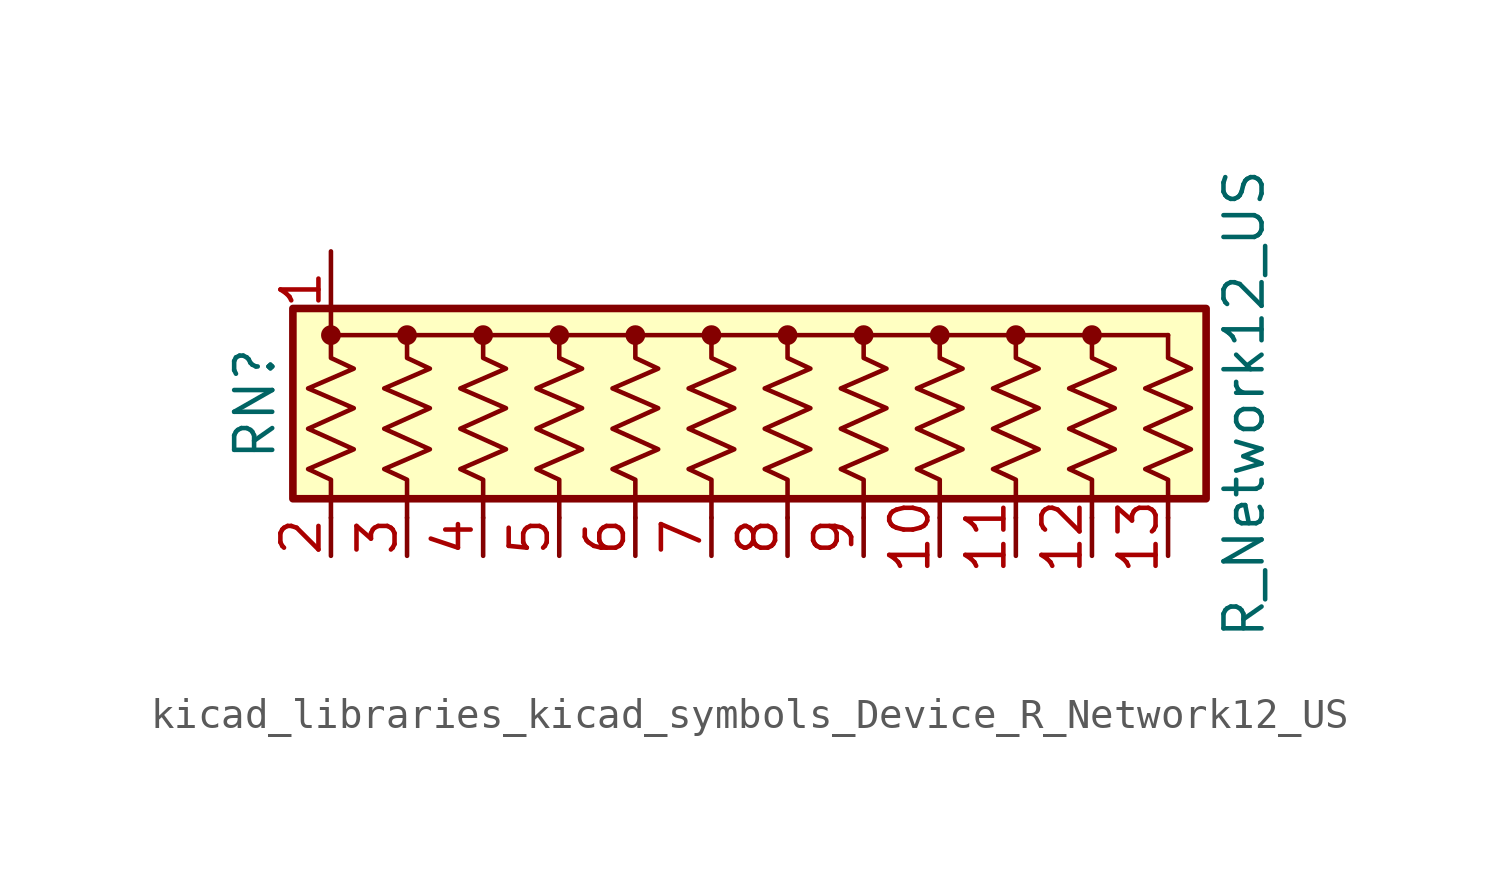
<source format=kicad_sym>
(kicad_symbol_lib
  (version 20220914)
  (generator kicad_symbol_editor)
  (symbol "kicad_libraries_kicad_symbols_Device_R_Network12_US"
    (pin_names
      (offset 0) hide)
    (property "Reference" "RN"
      (at -17.78 0 90)
      (effects (font (size 1.27 1.27))))
    (property "Value" "R_Network12_US"
      (at 15.24 0 90)
      (effects (font (size 1.27 1.27))))
    (symbol "kicad_libraries_kicad_symbols_Device_R_Network12_US_0_1"
      (rectangle (start -16.51 -3.175) (end 13.97 3.175) (stroke (width 0.254) (type default)) (fill (type background)))
      (circle (center -15.24 2.286) (radius 0.254) (stroke (width 0) (type default)) (fill (type outline)))
      (circle (center -12.7 2.286) (radius 0.254) (stroke (width 0) (type default)) (fill (type outline)))
      (circle (center -10.16 2.286) (radius 0.254) (stroke (width 0) (type default)) (fill (type outline)))
      (circle (center -7.62 2.286) (radius 0.254) (stroke (width 0) (type default)) (fill (type outline)))
      (circle (center -5.08 2.286) (radius 0.254) (stroke (width 0) (type default)) (fill (type outline)))
      (circle (center -2.54 2.286) (radius 0.254) (stroke (width 0) (type default)) (fill (type outline)))
      (polyline (pts (xy -15.24 2.286) (xy 12.7 2.286)) (stroke (width 0) (type default)) (fill (type none)))
      (polyline (pts (xy -15.24 2.286) (xy -15.24 1.524) (xy -14.478 1.168) (xy -16.002 0.508) (xy -14.478 -0.152) (xy -16.002 -0.838) (xy -14.478 -1.524) (xy -16.002 -2.184) (xy -15.24 -2.54) (xy -15.24 -3.81)) (stroke (width 0) (type default)) (fill (type none)))
      (polyline (pts (xy -12.7 2.286) (xy -12.7 1.524) (xy -11.938 1.168) (xy -13.462 0.508) (xy -11.938 -0.152) (xy -13.462 -0.838) (xy -11.938 -1.524) (xy -13.462 -2.184) (xy -12.7 -2.54) (xy -12.7 -3.81)) (stroke (width 0) (type default)) (fill (type none)))
      (polyline (pts (xy -10.16 2.286) (xy -10.16 1.524) (xy -9.398 1.168) (xy -10.922 0.508) (xy -9.398 -0.152) (xy -10.922 -0.838) (xy -9.398 -1.524) (xy -10.922 -2.184) (xy -10.16 -2.54) (xy -10.16 -3.81)) (stroke (width 0) (type default)) (fill (type none)))
      (polyline (pts (xy -7.62 2.286) (xy -7.62 1.524) (xy -6.858 1.168) (xy -8.382 0.508) (xy -6.858 -0.152) (xy -8.382 -0.838) (xy -6.858 -1.524) (xy -8.382 -2.184) (xy -7.62 -2.54) (xy -7.62 -3.81)) (stroke (width 0) (type default)) (fill (type none)))
      (polyline (pts (xy -5.08 2.286) (xy -5.08 1.524) (xy -4.318 1.168) (xy -5.842 0.508) (xy -4.318 -0.152) (xy -5.842 -0.838) (xy -4.318 -1.524) (xy -5.842 -2.184) (xy -5.08 -2.54) (xy -5.08 -3.81)) (stroke (width 0) (type default)) (fill (type none)))
      (polyline (pts (xy -2.54 2.286) (xy -2.54 1.524) (xy -1.778 1.168) (xy -3.302 0.508) (xy -1.778 -0.152) (xy -3.302 -0.838) (xy -1.778 -1.524) (xy -3.302 -2.184) (xy -2.54 -2.54) (xy -2.54 -3.81)) (stroke (width 0) (type default)) (fill (type none)))
      (polyline (pts (xy 0 2.286) (xy 0 1.524) (xy 0.762 1.168) (xy -0.762 0.508) (xy 0.762 -0.152) (xy -0.762 -0.838) (xy 0.762 -1.524) (xy -0.762 -2.184) (xy 0 -2.54) (xy 0 -3.81)) (stroke (width 0) (type default)) (fill (type none)))
      (polyline (pts (xy 2.54 2.286) (xy 2.54 1.524) (xy 3.302 1.168) (xy 1.778 0.508) (xy 3.302 -0.152) (xy 1.778 -0.838) (xy 3.302 -1.524) (xy 1.778 -2.184) (xy 2.54 -2.54) (xy 2.54 -3.81)) (stroke (width 0) (type default)) (fill (type none)))
      (polyline (pts (xy 5.08 2.286) (xy 5.08 1.524) (xy 5.842 1.168) (xy 4.318 0.508) (xy 5.842 -0.152) (xy 4.318 -0.838) (xy 5.842 -1.524) (xy 4.318 -2.184) (xy 5.08 -2.54) (xy 5.08 -3.81)) (stroke (width 0) (type default)) (fill (type none)))
      (polyline (pts (xy 7.62 2.286) (xy 7.62 1.524) (xy 8.382 1.168) (xy 6.858 0.508) (xy 8.382 -0.152) (xy 6.858 -0.838) (xy 8.382 -1.524) (xy 6.858 -2.184) (xy 7.62 -2.54) (xy 7.62 -3.81)) (stroke (width 0) (type default)) (fill (type none)))
      (polyline (pts (xy 10.16 2.286) (xy 10.16 1.524) (xy 10.922 1.168) (xy 9.398 0.508) (xy 10.922 -0.152) (xy 9.398 -0.838) (xy 10.922 -1.524) (xy 9.398 -2.184) (xy 10.16 -2.54) (xy 10.16 -3.81)) (stroke (width 0) (type default)) (fill (type none)))
      (polyline (pts (xy 12.7 2.286) (xy 12.7 1.524) (xy 13.462 1.168) (xy 11.938 0.508) (xy 13.462 -0.152) (xy 11.938 -0.838) (xy 13.462 -1.524) (xy 11.938 -2.184) (xy 12.7 -2.54) (xy 12.7 -3.81)) (stroke (width 0) (type default)) (fill (type none)))
      (circle (center 0 2.286) (radius 0.254) (stroke (width 0) (type default)) (fill (type outline)))
      (circle (center 2.54 2.286) (radius 0.254) (stroke (width 0) (type default)) (fill (type outline)))
      (circle (center 5.08 2.286) (radius 0.254) (stroke (width 0) (type default)) (fill (type outline)))
      (circle (center 7.62 2.286) (radius 0.254) (stroke (width 0) (type default)) (fill (type outline)))
      (circle (center 10.16 2.286) (radius 0.254) (stroke (width 0) (type default)) (fill (type outline))))
    (symbol "kicad_libraries_kicad_symbols_Device_R_Network12_US_1_1"
      (pin passive line (at -15.24 5.08 270) (length 2.54) (name "common" (effects (font (size 1.27 1.27)))) (number "1" (effects (font (size 1.27 1.27)))))
      (pin passive line (at 5.08 -5.08 90) (length 1.27) (name "R9" (effects (font (size 1.27 1.27)))) (number "10" (effects (font (size 1.27 1.27)))))
      (pin passive line (at 7.62 -5.08 90) (length 1.27) (name "R10" (effects (font (size 1.27 1.27)))) (number "11" (effects (font (size 1.27 1.27)))))
      (pin passive line (at 10.16 -5.08 90) (length 1.27) (name "R11" (effects (font (size 1.27 1.27)))) (number "12" (effects (font (size 1.27 1.27)))))
      (pin passive line (at 12.7 -5.08 90) (length 1.27) (name "R12" (effects (font (size 1.27 1.27)))) (number "13" (effects (font (size 1.27 1.27)))))
      (pin passive line (at -15.24 -5.08 90) (length 1.27) (name "R1" (effects (font (size 1.27 1.27)))) (number "2" (effects (font (size 1.27 1.27)))))
      (pin passive line (at -12.7 -5.08 90) (length 1.27) (name "R2" (effects (font (size 1.27 1.27)))) (number "3" (effects (font (size 1.27 1.27)))))
      (pin passive line (at -10.16 -5.08 90) (length 1.27) (name "R3" (effects (font (size 1.27 1.27)))) (number "4" (effects (font (size 1.27 1.27)))))
      (pin passive line (at -7.62 -5.08 90) (length 1.27) (name "R4" (effects (font (size 1.27 1.27)))) (number "5" (effects (font (size 1.27 1.27)))))
      (pin passive line (at -5.08 -5.08 90) (length 1.27) (name "R5" (effects (font (size 1.27 1.27)))) (number "6" (effects (font (size 1.27 1.27)))))
      (pin passive line (at -2.54 -5.08 90) (length 1.27) (name "R6" (effects (font (size 1.27 1.27)))) (number "7" (effects (font (size 1.27 1.27)))))
      (pin passive line (at 0 -5.08 90) (length 1.27) (name "R7" (effects (font (size 1.27 1.27)))) (number "8" (effects (font (size 1.27 1.27)))))
      (pin passive line (at 2.54 -5.08 90) (length 1.27) (name "R8" (effects (font (size 1.27 1.27)))) (number "9" (effects (font (size 1.27 1.27))))))))
</source>
